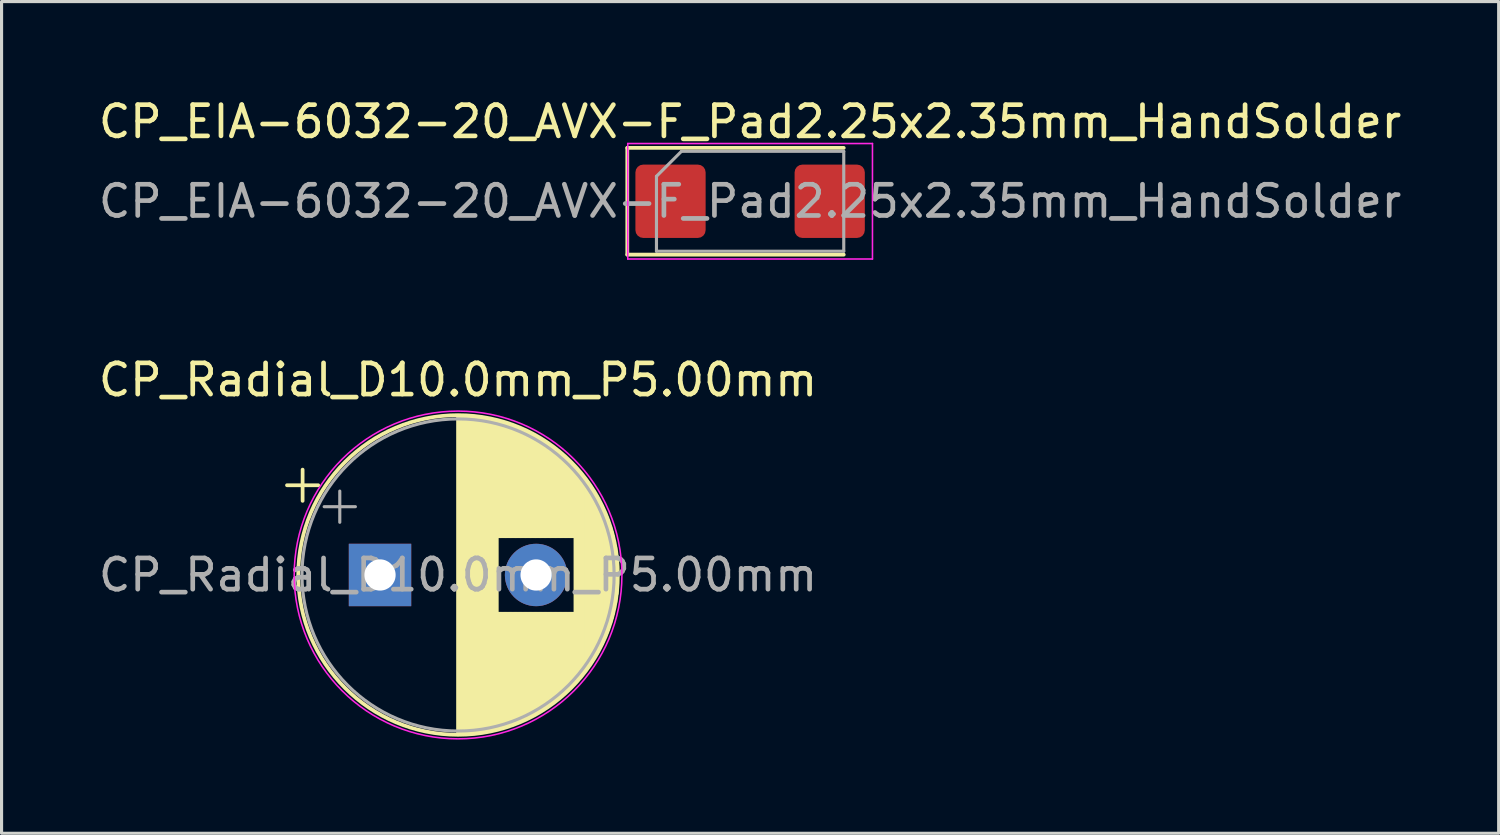
<source format=kicad_pcb>
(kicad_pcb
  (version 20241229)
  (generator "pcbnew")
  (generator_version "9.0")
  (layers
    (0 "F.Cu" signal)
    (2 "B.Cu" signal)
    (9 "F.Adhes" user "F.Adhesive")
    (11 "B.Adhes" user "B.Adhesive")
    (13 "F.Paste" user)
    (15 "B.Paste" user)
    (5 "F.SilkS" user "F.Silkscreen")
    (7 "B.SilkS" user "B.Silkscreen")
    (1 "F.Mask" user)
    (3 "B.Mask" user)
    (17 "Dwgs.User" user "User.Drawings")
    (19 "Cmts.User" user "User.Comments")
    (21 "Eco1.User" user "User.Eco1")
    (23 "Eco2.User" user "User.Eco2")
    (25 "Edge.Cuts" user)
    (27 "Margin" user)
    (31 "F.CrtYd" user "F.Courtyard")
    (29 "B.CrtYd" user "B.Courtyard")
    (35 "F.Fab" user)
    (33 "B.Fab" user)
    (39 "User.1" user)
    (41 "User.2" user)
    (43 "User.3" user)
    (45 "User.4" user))
  (footprint "CP_Radial_D10.0mm_P5.00mm"
    (layer "F.Cu")
    (at 9.125 15.371)
    (property "Reference" "CP_Radial_D10.0mm_P5.00mm" (at 2.5 -6.25 0) (layer "F.SilkS") (effects (font (size 1 1) (thickness 0.15))))
    (attr through_hole)
    (fp_line (start -2.98 -2.875) (end -1.98 -2.875) (stroke (width 0.12) (type solid)) (layer "F.SilkS"))
    (fp_line (start -2.48 -3.375) (end -2.48 -2.375) (stroke (width 0.12) (type solid)) (layer "F.SilkS"))
    (fp_line (start 2.5 -5.08) (end 2.5 5.08) (stroke (width 0.12) (type solid)) (layer "F.SilkS"))
    (fp_line (start 2.54 -5.08) (end 2.54 5.08) (stroke (width 0.12) (type solid)) (layer "F.SilkS"))
    (fp_line (start 2.58 -5.08) (end 2.58 5.08) (stroke (width 0.12) (type solid)) (layer "F.SilkS"))
    (fp_line (start 2.62 -5.079) (end 2.62 5.079) (stroke (width 0.12) (type solid)) (layer "F.SilkS"))
    (fp_line (start 2.66 -5.078) (end 2.66 5.078) (stroke (width 0.12) (type solid)) (layer "F.SilkS"))
    (fp_line (start 2.7 -5.077) (end 2.7 5.077) (stroke (width 0.12) (type solid)) (layer "F.SilkS"))
    (fp_line (start 2.74 -5.075) (end 2.74 5.075) (stroke (width 0.12) (type solid)) (layer "F.SilkS"))
    (fp_line (start 2.78 -5.073) (end 2.78 5.073) (stroke (width 0.12) (type solid)) (layer "F.SilkS"))
    (fp_line (start 2.82 -5.07) (end 2.82 5.07) (stroke (width 0.12) (type solid)) (layer "F.SilkS"))
    (fp_line (start 2.86 -5.068) (end 2.86 5.068) (stroke (width 0.12) (type solid)) (layer "F.SilkS"))
    (fp_line (start 2.9 -5.065) (end 2.9 5.065) (stroke (width 0.12) (type solid)) (layer "F.SilkS"))
    (fp_line (start 2.94 -5.062) (end 2.94 5.062) (stroke (width 0.12) (type solid)) (layer "F.SilkS"))
    (fp_line (start 2.98 -5.058) (end 2.98 5.058) (stroke (width 0.12) (type solid)) (layer "F.SilkS"))
    (fp_line (start 3.02 -5.054) (end 3.02 5.054) (stroke (width 0.12) (type solid)) (layer "F.SilkS"))
    (fp_line (start 3.06 -5.05) (end 3.06 5.05) (stroke (width 0.12) (type solid)) (layer "F.SilkS"))
    (fp_line (start 3.1 -5.045) (end 3.1 5.045) (stroke (width 0.12) (type solid)) (layer "F.SilkS"))
    (fp_line (start 3.14 -5.04) (end 3.14 5.04) (stroke (width 0.12) (type solid)) (layer "F.SilkS"))
    (fp_line (start 3.18 -5.035) (end 3.18 5.035) (stroke (width 0.12) (type solid)) (layer "F.SilkS"))
    (fp_line (start 3.221 -5.03) (end 3.221 5.03) (stroke (width 0.12) (type solid)) (layer "F.SilkS"))
    (fp_line (start 3.261 -5.024) (end 3.261 5.024) (stroke (width 0.12) (type solid)) (layer "F.SilkS"))
    (fp_line (start 3.301 -5.018) (end 3.301 5.018) (stroke (width 0.12) (type solid)) (layer "F.SilkS"))
    (fp_line (start 3.341 -5.011) (end 3.341 5.011) (stroke (width 0.12) (type solid)) (layer "F.SilkS"))
    (fp_line (start 3.381 -5.004) (end 3.381 5.004) (stroke (width 0.12) (type solid)) (layer "F.SilkS"))
    (fp_line (start 3.421 -4.997) (end 3.421 4.997) (stroke (width 0.12) (type solid)) (layer "F.SilkS"))
    (fp_line (start 3.461 -4.99) (end 3.461 4.99) (stroke (width 0.12) (type solid)) (layer "F.SilkS"))
    (fp_line (start 3.501 -4.982) (end 3.501 4.982) (stroke (width 0.12) (type solid)) (layer "F.SilkS"))
    (fp_line (start 3.541 -4.974) (end 3.541 4.974) (stroke (width 0.12) (type solid)) (layer "F.SilkS"))
    (fp_line (start 3.581 -4.965) (end 3.581 4.965) (stroke (width 0.12) (type solid)) (layer "F.SilkS"))
    (fp_line (start 3.621 -4.956) (end 3.621 4.956) (stroke (width 0.12) (type solid)) (layer "F.SilkS"))
    (fp_line (start 3.661 -4.947) (end 3.661 4.947) (stroke (width 0.12) (type solid)) (layer "F.SilkS"))
    (fp_line (start 3.701 -4.938) (end 3.701 4.938) (stroke (width 0.12) (type solid)) (layer "F.SilkS"))
    (fp_line (start 3.741 -4.928) (end 3.741 4.928) (stroke (width 0.12) (type solid)) (layer "F.SilkS"))
    (fp_line (start 3.781 -4.918) (end 3.781 -1.241) (stroke (width 0.12) (type solid)) (layer "F.SilkS"))
    (fp_line (start 3.781 1.241) (end 3.781 4.918) (stroke (width 0.12) (type solid)) (layer "F.SilkS"))
    (fp_line (start 3.821 -4.907) (end 3.821 -1.241) (stroke (width 0.12) (type solid)) (layer "F.SilkS"))
    (fp_line (start 3.821 1.241) (end 3.821 4.907) (stroke (width 0.12) (type solid)) (layer "F.SilkS"))
    (fp_line (start 3.861 -4.897) (end 3.861 -1.241) (stroke (width 0.12) (type solid)) (layer "F.SilkS"))
    (fp_line (start 3.861 1.241) (end 3.861 4.897) (stroke (width 0.12) (type solid)) (layer "F.SilkS"))
    (fp_line (start 3.901 -4.885) (end 3.901 -1.241) (stroke (width 0.12) (type solid)) (layer "F.SilkS"))
    (fp_line (start 3.901 1.241) (end 3.901 4.885) (stroke (width 0.12) (type solid)) (layer "F.SilkS"))
    (fp_line (start 3.941 -4.874) (end 3.941 -1.241) (stroke (width 0.12) (type solid)) (layer "F.SilkS"))
    (fp_line (start 3.941 1.241) (end 3.941 4.874) (stroke (width 0.12) (type solid)) (layer "F.SilkS"))
    (fp_line (start 3.981 -4.862) (end 3.981 -1.241) (stroke (width 0.12) (type solid)) (layer "F.SilkS"))
    (fp_line (start 3.981 1.241) (end 3.981 4.862) (stroke (width 0.12) (type solid)) (layer "F.SilkS"))
    (fp_line (start 4.021 -4.85) (end 4.021 -1.241) (stroke (width 0.12) (type solid)) (layer "F.SilkS"))
    (fp_line (start 4.021 1.241) (end 4.021 4.85) (stroke (width 0.12) (type solid)) (layer "F.SilkS"))
    (fp_line (start 4.061 -4.837) (end 4.061 -1.241) (stroke (width 0.12) (type solid)) (layer "F.SilkS"))
    (fp_line (start 4.061 1.241) (end 4.061 4.837) (stroke (width 0.12) (type solid)) (layer "F.SilkS"))
    (fp_line (start 4.101 -4.824) (end 4.101 -1.241) (stroke (width 0.12) (type solid)) (layer "F.SilkS"))
    (fp_line (start 4.101 1.241) (end 4.101 4.824) (stroke (width 0.12) (type solid)) (layer "F.SilkS"))
    (fp_line (start 4.141 -4.811) (end 4.141 -1.241) (stroke (width 0.12) (type solid)) (layer "F.SilkS"))
    (fp_line (start 4.141 1.241) (end 4.141 4.811) (stroke (width 0.12) (type solid)) (layer "F.SilkS"))
    (fp_line (start 4.181 -4.797) (end 4.181 -1.241) (stroke (width 0.12) (type solid)) (layer "F.SilkS"))
    (fp_line (start 4.181 1.241) (end 4.181 4.797) (stroke (width 0.12) (type solid)) (layer "F.SilkS"))
    (fp_line (start 4.221 -4.783) (end 4.221 -1.241) (stroke (width 0.12) (type solid)) (layer "F.SilkS"))
    (fp_line (start 4.221 1.241) (end 4.221 4.783) (stroke (width 0.12) (type solid)) (layer "F.SilkS"))
    (fp_line (start 4.261 -4.768) (end 4.261 -1.241) (stroke (width 0.12) (type solid)) (layer "F.SilkS"))
    (fp_line (start 4.261 1.241) (end 4.261 4.768) (stroke (width 0.12) (type solid)) (layer "F.SilkS"))
    (fp_line (start 4.301 -4.754) (end 4.301 -1.241) (stroke (width 0.12) (type solid)) (layer "F.SilkS"))
    (fp_line (start 4.301 1.241) (end 4.301 4.754) (stroke (width 0.12) (type solid)) (layer "F.SilkS"))
    (fp_line (start 4.341 -4.738) (end 4.341 -1.241) (stroke (width 0.12) (type solid)) (layer "F.SilkS"))
    (fp_line (start 4.341 1.241) (end 4.341 4.738) (stroke (width 0.12) (type solid)) (layer "F.SilkS"))
    (fp_line (start 4.381 -4.723) (end 4.381 -1.241) (stroke (width 0.12) (type solid)) (layer "F.SilkS"))
    (fp_line (start 4.381 1.241) (end 4.381 4.723) (stroke (width 0.12) (type solid)) (layer "F.SilkS"))
    (fp_line (start 4.421 -4.707) (end 4.421 -1.241) (stroke (width 0.12) (type solid)) (layer "F.SilkS"))
    (fp_line (start 4.421 1.241) (end 4.421 4.707) (stroke (width 0.12) (type solid)) (layer "F.SilkS"))
    (fp_line (start 4.461 -4.69) (end 4.461 -1.241) (stroke (width 0.12) (type solid)) (layer "F.SilkS"))
    (fp_line (start 4.461 1.241) (end 4.461 4.69) (stroke (width 0.12) (type solid)) (layer "F.SilkS"))
    (fp_line (start 4.501 -4.674) (end 4.501 -1.241) (stroke (width 0.12) (type solid)) (layer "F.SilkS"))
    (fp_line (start 4.501 1.241) (end 4.501 4.674) (stroke (width 0.12) (type solid)) (layer "F.SilkS"))
    (fp_line (start 4.541 -4.657) (end 4.541 -1.241) (stroke (width 0.12) (type solid)) (layer "F.SilkS"))
    (fp_line (start 4.541 1.241) (end 4.541 4.657) (stroke (width 0.12) (type solid)) (layer "F.SilkS"))
    (fp_line (start 4.581 -4.639) (end 4.581 -1.241) (stroke (width 0.12) (type solid)) (layer "F.SilkS"))
    (fp_line (start 4.581 1.241) (end 4.581 4.639) (stroke (width 0.12) (type solid)) (layer "F.SilkS"))
    (fp_line (start 4.621 -4.621) (end 4.621 -1.241) (stroke (width 0.12) (type solid)) (layer "F.SilkS"))
    (fp_line (start 4.621 1.241) (end 4.621 4.621) (stroke (width 0.12) (type solid)) (layer "F.SilkS"))
    (fp_line (start 4.661 -4.603) (end 4.661 -1.241) (stroke (width 0.12) (type solid)) (layer "F.SilkS"))
    (fp_line (start 4.661 1.241) (end 4.661 4.603) (stroke (width 0.12) (type solid)) (layer "F.SilkS"))
    (fp_line (start 4.701 -4.584) (end 4.701 -1.241) (stroke (width 0.12) (type solid)) (layer "F.SilkS"))
    (fp_line (start 4.701 1.241) (end 4.701 4.584) (stroke (width 0.12) (type solid)) (layer "F.SilkS"))
    (fp_line (start 4.741 -4.564) (end 4.741 -1.241) (stroke (width 0.12) (type solid)) (layer "F.SilkS"))
    (fp_line (start 4.741 1.241) (end 4.741 4.564) (stroke (width 0.12) (type solid)) (layer "F.SilkS"))
    (fp_line (start 4.781 -4.545) (end 4.781 -1.241) (stroke (width 0.12) (type solid)) (layer "F.SilkS"))
    (fp_line (start 4.781 1.241) (end 4.781 4.545) (stroke (width 0.12) (type solid)) (layer "F.SilkS"))
    (fp_line (start 4.821 -4.525) (end 4.821 -1.241) (stroke (width 0.12) (type solid)) (layer "F.SilkS"))
    (fp_line (start 4.821 1.241) (end 4.821 4.525) (stroke (width 0.12) (type solid)) (layer "F.SilkS"))
    (fp_line (start 4.861 -4.504) (end 4.861 -1.241) (stroke (width 0.12) (type solid)) (layer "F.SilkS"))
    (fp_line (start 4.861 1.241) (end 4.861 4.504) (stroke (width 0.12) (type solid)) (layer "F.SilkS"))
    (fp_line (start 4.901 -4.483) (end 4.901 -1.241) (stroke (width 0.12) (type solid)) (layer "F.SilkS"))
    (fp_line (start 4.901 1.241) (end 4.901 4.483) (stroke (width 0.12) (type solid)) (layer "F.SilkS"))
    (fp_line (start 4.941 -4.462) (end 4.941 -1.241) (stroke (width 0.12) (type solid)) (layer "F.SilkS"))
    (fp_line (start 4.941 1.241) (end 4.941 4.462) (stroke (width 0.12) (type solid)) (layer "F.SilkS"))
    (fp_line (start 4.981 -4.44) (end 4.981 -1.241) (stroke (width 0.12) (type solid)) (layer "F.SilkS"))
    (fp_line (start 4.981 1.241) (end 4.981 4.44) (stroke (width 0.12) (type solid)) (layer "F.SilkS"))
    (fp_line (start 5.021 -4.417) (end 5.021 -1.241) (stroke (width 0.12) (type solid)) (layer "F.SilkS"))
    (fp_line (start 5.021 1.241) (end 5.021 4.417) (stroke (width 0.12) (type solid)) (layer "F.SilkS"))
    (fp_line (start 5.061 -4.395) (end 5.061 -1.241) (stroke (width 0.12) (type solid)) (layer "F.SilkS"))
    (fp_line (start 5.061 1.241) (end 5.061 4.395) (stroke (width 0.12) (type solid)) (layer "F.SilkS"))
    (fp_line (start 5.101 -4.371) (end 5.101 -1.241) (stroke (width 0.12) (type solid)) (layer "F.SilkS"))
    (fp_line (start 5.101 1.241) (end 5.101 4.371) (stroke (width 0.12) (type solid)) (layer "F.SilkS"))
    (fp_line (start 5.141 -4.347) (end 5.141 -1.241) (stroke (width 0.12) (type solid)) (layer "F.SilkS"))
    (fp_line (start 5.141 1.241) (end 5.141 4.347) (stroke (width 0.12) (type solid)) (layer "F.SilkS"))
    (fp_line (start 5.181 -4.323) (end 5.181 -1.241) (stroke (width 0.12) (type solid)) (layer "F.SilkS"))
    (fp_line (start 5.181 1.241) (end 5.181 4.323) (stroke (width 0.12) (type solid)) (layer "F.SilkS"))
    (fp_line (start 5.221 -4.298) (end 5.221 -1.241) (stroke (width 0.12) (type solid)) (layer "F.SilkS"))
    (fp_line (start 5.221 1.241) (end 5.221 4.298) (stroke (width 0.12) (type solid)) (layer "F.SilkS"))
    (fp_line (start 5.261 -4.273) (end 5.261 -1.241) (stroke (width 0.12) (type solid)) (layer "F.SilkS"))
    (fp_line (start 5.261 1.241) (end 5.261 4.273) (stroke (width 0.12) (type solid)) (layer "F.SilkS"))
    (fp_line (start 5.301 -4.247) (end 5.301 -1.241) (stroke (width 0.12) (type solid)) (layer "F.SilkS"))
    (fp_line (start 5.301 1.241) (end 5.301 4.247) (stroke (width 0.12) (type solid)) (layer "F.SilkS"))
    (fp_line (start 5.341 -4.221) (end 5.341 -1.241) (stroke (width 0.12) (type solid)) (layer "F.SilkS"))
    (fp_line (start 5.341 1.241) (end 5.341 4.221) (stroke (width 0.12) (type solid)) (layer "F.SilkS"))
    (fp_line (start 5.381 -4.194) (end 5.381 -1.241) (stroke (width 0.12) (type solid)) (layer "F.SilkS"))
    (fp_line (start 5.381 1.241) (end 5.381 4.194) (stroke (width 0.12) (type solid)) (layer "F.SilkS"))
    (fp_line (start 5.421 -4.166) (end 5.421 -1.241) (stroke (width 0.12) (type solid)) (layer "F.SilkS"))
    (fp_line (start 5.421 1.241) (end 5.421 4.166) (stroke (width 0.12) (type solid)) (layer "F.SilkS"))
    (fp_line (start 5.461 -4.138) (end 5.461 -1.241) (stroke (width 0.12) (type solid)) (layer "F.SilkS"))
    (fp_line (start 5.461 1.241) (end 5.461 4.138) (stroke (width 0.12) (type solid)) (layer "F.SilkS"))
    (fp_line (start 5.501 -4.11) (end 5.501 -1.241) (stroke (width 0.12) (type solid)) (layer "F.SilkS"))
    (fp_line (start 5.501 1.241) (end 5.501 4.11) (stroke (width 0.12) (type solid)) (layer "F.SilkS"))
    (fp_line (start 5.541 -4.08) (end 5.541 -1.241) (stroke (width 0.12) (type solid)) (layer "F.SilkS"))
    (fp_line (start 5.541 1.241) (end 5.541 4.08) (stroke (width 0.12) (type solid)) (layer "F.SilkS"))
    (fp_line (start 5.581 -4.05) (end 5.581 -1.241) (stroke (width 0.12) (type solid)) (layer "F.SilkS"))
    (fp_line (start 5.581 1.241) (end 5.581 4.05) (stroke (width 0.12) (type solid)) (layer "F.SilkS"))
    (fp_line (start 5.621 -4.02) (end 5.621 -1.241) (stroke (width 0.12) (type solid)) (layer "F.SilkS"))
    (fp_line (start 5.621 1.241) (end 5.621 4.02) (stroke (width 0.12) (type solid)) (layer "F.SilkS"))
    (fp_line (start 5.661 -3.989) (end 5.661 -1.241) (stroke (width 0.12) (type solid)) (layer "F.SilkS"))
    (fp_line (start 5.661 1.241) (end 5.661 3.989) (stroke (width 0.12) (type solid)) (layer "F.SilkS"))
    (fp_line (start 5.701 -3.957) (end 5.701 -1.241) (stroke (width 0.12) (type solid)) (layer "F.SilkS"))
    (fp_line (start 5.701 1.241) (end 5.701 3.957) (stroke (width 0.12) (type solid)) (layer "F.SilkS"))
    (fp_line (start 5.741 -3.925) (end 5.741 -1.241) (stroke (width 0.12) (type solid)) (layer "F.SilkS"))
    (fp_line (start 5.741 1.241) (end 5.741 3.925) (stroke (width 0.12) (type solid)) (layer "F.SilkS"))
    (fp_line (start 5.781 -3.892) (end 5.781 -1.241) (stroke (width 0.12) (type solid)) (layer "F.SilkS"))
    (fp_line (start 5.781 1.241) (end 5.781 3.892) (stroke (width 0.12) (type solid)) (layer "F.SilkS"))
    (fp_line (start 5.821 -3.858) (end 5.821 -1.241) (stroke (width 0.12) (type solid)) (layer "F.SilkS"))
    (fp_line (start 5.821 1.241) (end 5.821 3.858) (stroke (width 0.12) (type solid)) (layer "F.SilkS"))
    (fp_line (start 5.861 -3.824) (end 5.861 -1.241) (stroke (width 0.12) (type solid)) (layer "F.SilkS"))
    (fp_line (start 5.861 1.241) (end 5.861 3.824) (stroke (width 0.12) (type solid)) (layer "F.SilkS"))
    (fp_line (start 5.901 -3.789) (end 5.901 -1.241) (stroke (width 0.12) (type solid)) (layer "F.SilkS"))
    (fp_line (start 5.901 1.241) (end 5.901 3.789) (stroke (width 0.12) (type solid)) (layer "F.SilkS"))
    (fp_line (start 5.941 -3.753) (end 5.941 -1.241) (stroke (width 0.12) (type solid)) (layer "F.SilkS"))
    (fp_line (start 5.941 1.241) (end 5.941 3.753) (stroke (width 0.12) (type solid)) (layer "F.SilkS"))
    (fp_line (start 5.981 -3.716) (end 5.981 -1.241) (stroke (width 0.12) (type solid)) (layer "F.SilkS"))
    (fp_line (start 5.981 1.241) (end 5.981 3.716) (stroke (width 0.12) (type solid)) (layer "F.SilkS"))
    (fp_line (start 6.021 -3.679) (end 6.021 -1.241) (stroke (width 0.12) (type solid)) (layer "F.SilkS"))
    (fp_line (start 6.021 1.241) (end 6.021 3.679) (stroke (width 0.12) (type solid)) (layer "F.SilkS"))
    (fp_line (start 6.061 -3.64) (end 6.061 -1.241) (stroke (width 0.12) (type solid)) (layer "F.SilkS"))
    (fp_line (start 6.061 1.241) (end 6.061 3.64) (stroke (width 0.12) (type solid)) (layer "F.SilkS"))
    (fp_line (start 6.101 -3.601) (end 6.101 -1.241) (stroke (width 0.12) (type solid)) (layer "F.SilkS"))
    (fp_line (start 6.101 1.241) (end 6.101 3.601) (stroke (width 0.12) (type solid)) (layer "F.SilkS"))
    (fp_line (start 6.141 -3.561) (end 6.141 -1.241) (stroke (width 0.12) (type solid)) (layer "F.SilkS"))
    (fp_line (start 6.141 1.241) (end 6.141 3.561) (stroke (width 0.12) (type solid)) (layer "F.SilkS"))
    (fp_line (start 6.181 -3.52) (end 6.181 -1.241) (stroke (width 0.12) (type solid)) (layer "F.SilkS"))
    (fp_line (start 6.181 1.241) (end 6.181 3.52) (stroke (width 0.12) (type solid)) (layer "F.SilkS"))
    (fp_line (start 6.221 -3.478) (end 6.221 -1.241) (stroke (width 0.12) (type solid)) (layer "F.SilkS"))
    (fp_line (start 6.221 1.241) (end 6.221 3.478) (stroke (width 0.12) (type solid)) (layer "F.SilkS"))
    (fp_line (start 6.261 -3.436) (end 6.261 3.436) (stroke (width 0.12) (type solid)) (layer "F.SilkS"))
    (fp_line (start 6.301 -3.392) (end 6.301 3.392) (stroke (width 0.12) (type solid)) (layer "F.SilkS"))
    (fp_line (start 6.341 -3.347) (end 6.341 3.347) (stroke (width 0.12) (type solid)) (layer "F.SilkS"))
    (fp_line (start 6.381 -3.301) (end 6.381 3.301) (stroke (width 0.12) (type solid)) (layer "F.SilkS"))
    (fp_line (start 6.421 -3.254) (end 6.421 3.254) (stroke (width 0.12) (type solid)) (layer "F.SilkS"))
    (fp_line (start 6.461 -3.206) (end 6.461 3.206) (stroke (width 0.12) (type solid)) (layer "F.SilkS"))
    (fp_line (start 6.501 -3.156) (end 6.501 3.156) (stroke (width 0.12) (type solid)) (layer "F.SilkS"))
    (fp_line (start 6.541 -3.106) (end 6.541 3.106) (stroke (width 0.12) (type solid)) (layer "F.SilkS"))
    (fp_line (start 6.581 -3.054) (end 6.581 3.054) (stroke (width 0.12) (type solid)) (layer "F.SilkS"))
    (fp_line (start 6.621 -3) (end 6.621 3) (stroke (width 0.12) (type solid)) (layer "F.SilkS"))
    (fp_line (start 6.661 -2.945) (end 6.661 2.945) (stroke (width 0.12) (type solid)) (layer "F.SilkS"))
    (fp_line (start 6.701 -2.889) (end 6.701 2.889) (stroke (width 0.12) (type solid)) (layer "F.SilkS"))
    (fp_line (start 6.741 -2.83) (end 6.741 2.83) (stroke (width 0.12) (type solid)) (layer "F.SilkS"))
    (fp_line (start 6.781 -2.77) (end 6.781 2.77) (stroke (width 0.12) (type solid)) (layer "F.SilkS"))
    (fp_line (start 6.821 -2.709) (end 6.821 2.709) (stroke (width 0.12) (type solid)) (layer "F.SilkS"))
    (fp_line (start 6.861 -2.645) (end 6.861 2.645) (stroke (width 0.12) (type solid)) (layer "F.SilkS"))
    (fp_line (start 6.901 -2.579) (end 6.901 2.579) (stroke (width 0.12) (type solid)) (layer "F.SilkS"))
    (fp_line (start 6.941 -2.51) (end 6.941 2.51) (stroke (width 0.12) (type solid)) (layer "F.SilkS"))
    (fp_line (start 6.981 -2.439) (end 6.981 2.439) (stroke (width 0.12) (type solid)) (layer "F.SilkS"))
    (fp_line (start 7.021 -2.365) (end 7.021 2.365) (stroke (width 0.12) (type solid)) (layer "F.SilkS"))
    (fp_line (start 7.061 -2.289) (end 7.061 2.289) (stroke (width 0.12) (type solid)) (layer "F.SilkS"))
    (fp_line (start 7.101 -2.209) (end 7.101 2.209) (stroke (width 0.12) (type solid)) (layer "F.SilkS"))
    (fp_line (start 7.141 -2.125) (end 7.141 2.125) (stroke (width 0.12) (type solid)) (layer "F.SilkS"))
    (fp_line (start 7.181 -2.037) (end 7.181 2.037) (stroke (width 0.12) (type solid)) (layer "F.SilkS"))
    (fp_line (start 7.221 -1.944) (end 7.221 1.944) (stroke (width 0.12) (type solid)) (layer "F.SilkS"))
    (fp_line (start 7.261 -1.846) (end 7.261 1.846) (stroke (width 0.12) (type solid)) (layer "F.SilkS"))
    (fp_line (start 7.301 -1.742) (end 7.301 1.742) (stroke (width 0.12) (type solid)) (layer "F.SilkS"))
    (fp_line (start 7.341 -1.63) (end 7.341 1.63) (stroke (width 0.12) (type solid)) (layer "F.SilkS"))
    (fp_line (start 7.381 -1.51) (end 7.381 1.51) (stroke (width 0.12) (type solid)) (layer "F.SilkS"))
    (fp_line (start 7.421 -1.378) (end 7.421 1.378) (stroke (width 0.12) (type solid)) (layer "F.SilkS"))
    (fp_line (start 7.461 -1.23) (end 7.461 1.23) (stroke (width 0.12) (type solid)) (layer "F.SilkS"))
    (fp_line (start 7.501 -1.062) (end 7.501 1.062) (stroke (width 0.12) (type solid)) (layer "F.SilkS"))
    (fp_line (start 7.541 -0.862) (end 7.541 0.862) (stroke (width 0.12) (type solid)) (layer "F.SilkS"))
    (fp_line (start 7.581 -0.599) (end 7.581 0.599) (stroke (width 0.12) (type solid)) (layer "F.SilkS"))
    (fp_circle (center 2.5 0) (end 7.62 0) (stroke (width 0.12) (type solid)) (fill no) (layer "F.SilkS"))
    (fp_circle (center 2.5 0) (end 7.75 0) (stroke (width 0.05) (type solid)) (fill no) (layer "F.CrtYd"))
    (fp_line (start -1.789 -2.188) (end -0.789 -2.188) (stroke (width 0.1) (type solid)) (layer "F.Fab"))
    (fp_line (start -1.289 -2.688) (end -1.289 -1.688) (stroke (width 0.1) (type solid)) (layer "F.Fab"))
    (fp_circle (center 2.5 0) (end 7.5 0) (stroke (width 0.1) (type solid)) (fill no) (layer "F.Fab"))
    (fp_text user "${REFERENCE}" (at 2.5 0 0) (layer "F.Fab") (effects (font (size 1 1) (thickness 0.15))))
    (pad "1" thru_hole rect (at 0 0) (size 2 2) (drill 1) (layers "*.Cu" "*.Mask"))
    (pad "2" thru_hole circle (at 5 0) (size 2 2) (drill 1) (layers "*.Cu" "*.Mask")))
  (footprint "CP_EIA-6032-20_AVX-F_Pad2.25x2.35mm_HandSolder"
    (layer "F.Cu")
    (at 20.982 3.398)
    (property "Reference" "CP_EIA-6032-20_AVX-F_Pad2.25x2.35mm_HandSolder" (at 0 -2.55 180) (layer "F.SilkS") (effects (font (size 1 1) (thickness 0.15))))
    (attr smd)
    (fp_line (start -3.935 -1.71) (end -3.935 1.71) (stroke (width 0.12) (type solid)) (layer "F.SilkS"))
    (fp_line (start -3.935 1.71) (end 3 1.71) (stroke (width 0.12) (type solid)) (layer "F.SilkS"))
    (fp_line (start 3 -1.71) (end -3.935 -1.71) (stroke (width 0.12) (type solid)) (layer "F.SilkS"))
    (fp_line (start -3.92 -1.85) (end 3.92 -1.85) (stroke (width 0.05) (type solid)) (layer "F.CrtYd"))
    (fp_line (start -3.92 1.85) (end -3.92 -1.85) (stroke (width 0.05) (type solid)) (layer "F.CrtYd"))
    (fp_line (start 3.92 -1.85) (end 3.92 1.85) (stroke (width 0.05) (type solid)) (layer "F.CrtYd"))
    (fp_line (start 3.92 1.85) (end -3.92 1.85) (stroke (width 0.05) (type solid)) (layer "F.CrtYd"))
    (fp_line (start -3 -0.8) (end -3 1.6) (stroke (width 0.1) (type solid)) (layer "F.Fab"))
    (fp_line (start -3 1.6) (end 3 1.6) (stroke (width 0.1) (type solid)) (layer "F.Fab"))
    (fp_line (start -2.2 -1.6) (end -3 -0.8) (stroke (width 0.1) (type solid)) (layer "F.Fab"))
    (fp_line (start 3 -1.6) (end -2.2 -1.6) (stroke (width 0.1) (type solid)) (layer "F.Fab"))
    (fp_line (start 3 1.6) (end 3 -1.6) (stroke (width 0.1) (type solid)) (layer "F.Fab"))
    (fp_text user "${REFERENCE}" (at 0 0 180) (layer "F.Fab") (effects (font (size 1 1) (thickness 0.15))))
    (pad "1" smd roundrect (at -2.55 0) (size 2.25 2.35) (layers "F.Cu" "F.Mask" "F.Paste") (roundrect_rratio 0.111))
    (pad "2" smd roundrect (at 2.55 0) (size 2.25 2.35) (layers "F.Cu" "F.Mask" "F.Paste") (roundrect_rratio 0.111)))
  (gr_rect
    (start -3 -3)
    (end 44.964 23.646)
    (stroke (width 0.1) (type default))
    (fill no)
    (layer "Edge.Cuts")))
</source>
